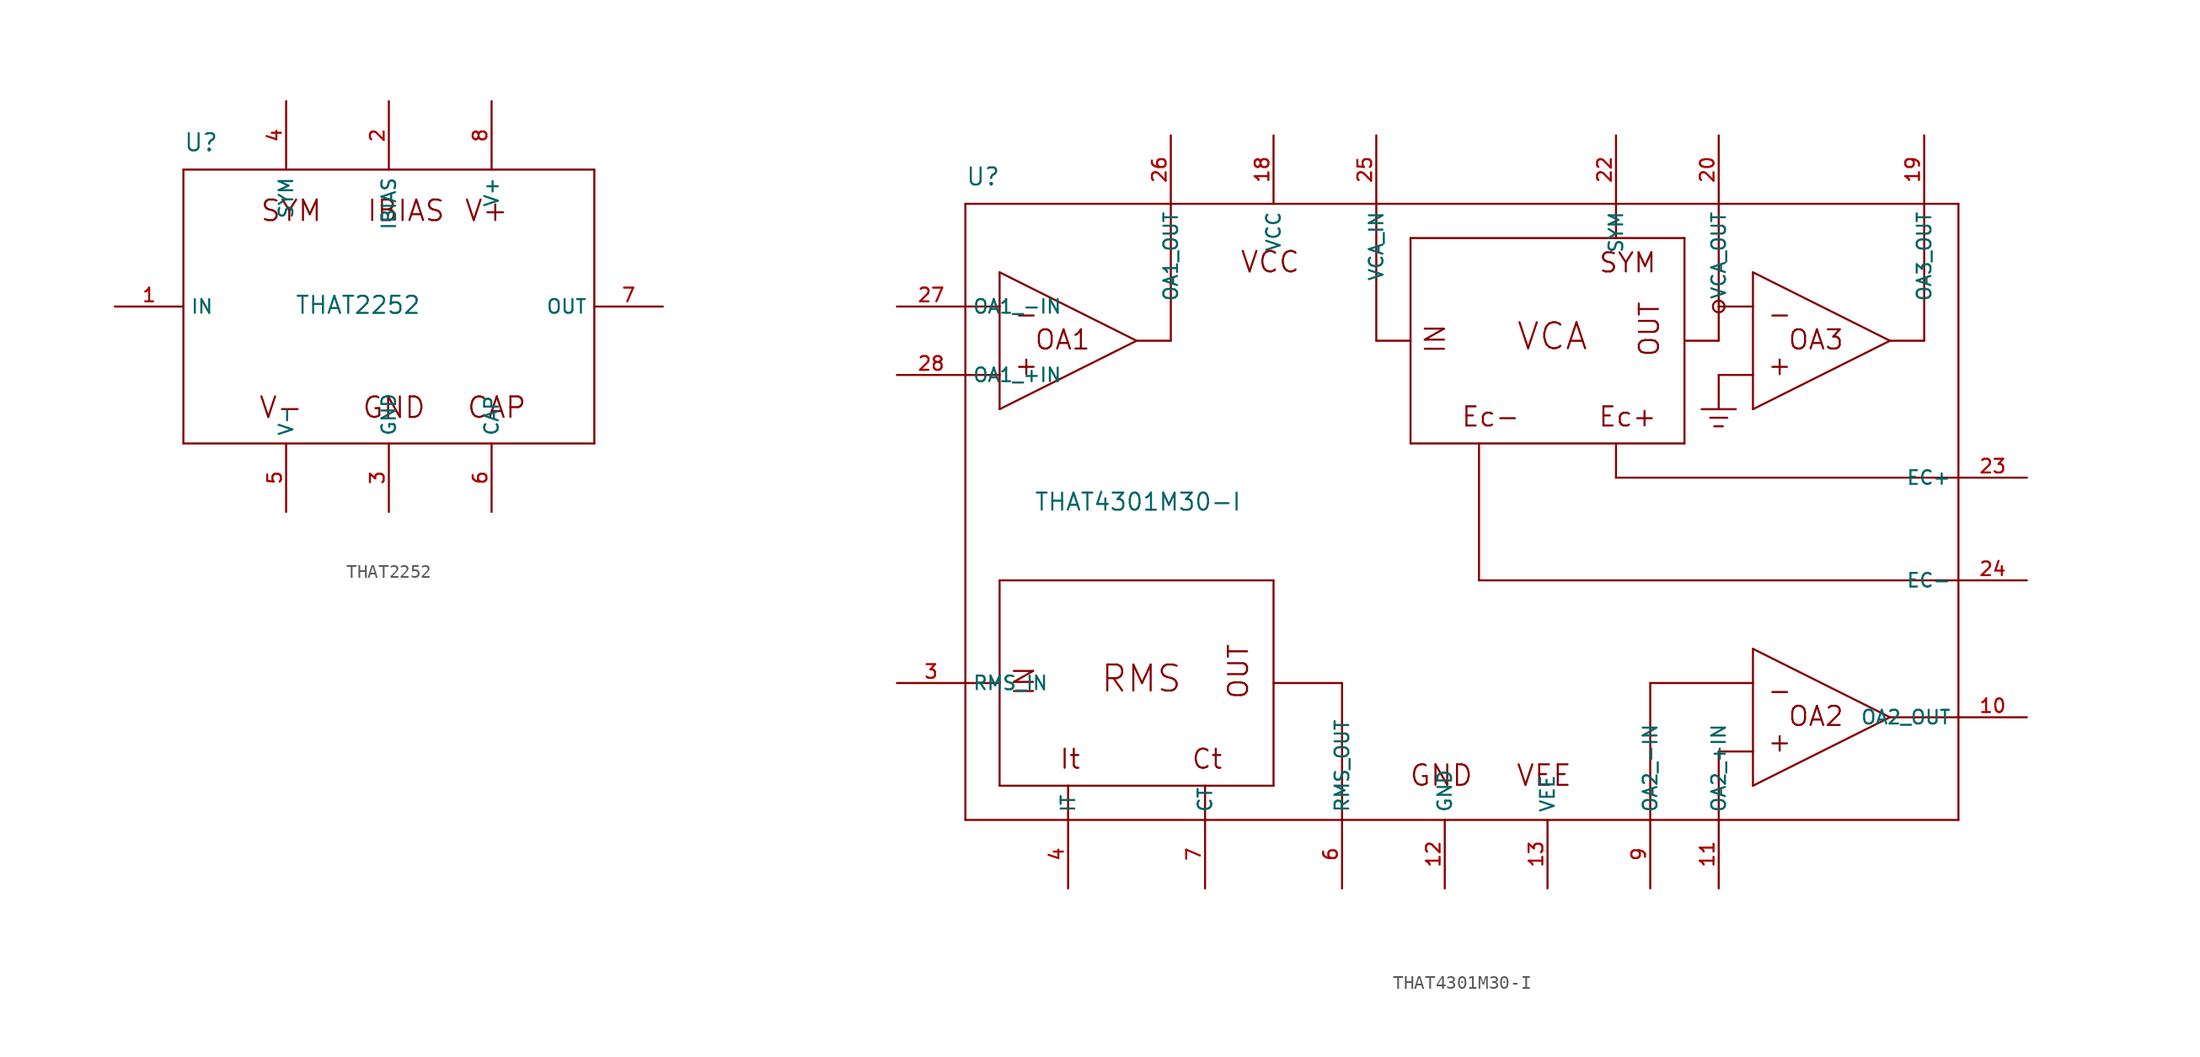
<source format=kicad_sym>
(kicad_symbol_lib
  (version 20200126)
  (host kicad_symbol_editor "5.99.0-unknown-1463dd1~101~ubuntu18.04.1")
  (symbol "that-corp-edit:THAT2252"
    (property "Reference" "U"
      (at -15.24 11.43 0)
      (effects (font (size 1.27 1.27)) (justify left bottom)))
    (property "Value" "THAT2252"
      (at -6.985 -0.635 0)
      (effects (font (size 1.27 1.27)) (justify left bottom)))
    (property "ki_locked" ""
      (at 0 0 0)
      (effects (font (size 1.27 1.27))))
    (symbol "THAT2252_1_0"
      (text "SYM" (at -7.239 7.112 0) (effects (font (size 1.524 1.524))))
      (text "IBIAS" (at 1.27 7.112 0) (effects (font (size 1.524 1.524))))
      (text "V+" (at 7.239 7.112 0) (effects (font (size 1.524 1.524))))
      (text "V-" (at -8.001 -7.493 0) (effects (font (size 1.524 1.524))))
      (text "GND" (at 0.381 -7.493 0) (effects (font (size 1.524 1.524))))
      (text "CAP" (at 8.001 -7.493 0) (effects (font (size 1.524 1.524))))
      (polyline (pts (xy -15.24 10.16) (xy 15.24 10.16)) (stroke (width 0)) (fill (type none)))
      (polyline (pts (xy 15.24 10.16) (xy 15.24 -10.16)) (stroke (width 0)) (fill (type none)))
      (polyline (pts (xy 15.24 -10.16) (xy -15.24 -10.16)) (stroke (width 0)) (fill (type none)))
      (polyline (pts (xy -15.24 -10.16) (xy -15.24 10.16)) (stroke (width 0)) (fill (type none))))
    (symbol "THAT2252_1_1"
      (pin passive line (at 7.62 -15.24 90) (length 5.08) (name "CAP" (effects (font (size 1.016 1.016)))) (number "6" (effects (font (size 1.016 1.016)))))
      (pin power_in line (at 0 -15.24 90) (length 5.08) (name "GND" (effects (font (size 1.016 1.016)))) (number "3" (effects (font (size 1.016 1.016)))))
      (pin output line (at 0 15.24 270) (length 5.08) (name "IBIAS" (effects (font (size 1.016 1.016)))) (number "2" (effects (font (size 1.016 1.016)))))
      (pin input line (at -20.32 0 0) (length 5.08) (name "IN" (effects (font (size 1.016 1.016)))) (number "1" (effects (font (size 1.016 1.016)))))
      (pin output line (at 20.32 0 180) (length 5.08) (name "OUT" (effects (font (size 1.016 1.016)))) (number "7" (effects (font (size 1.016 1.016)))))
      (pin passive line (at -7.62 15.24 270) (length 5.08) (name "SYM" (effects (font (size 1.016 1.016)))) (number "4" (effects (font (size 1.016 1.016)))))
      (pin power_in line (at 7.62 15.24 270) (length 5.08) (name "V+" (effects (font (size 1.016 1.016)))) (number "8" (effects (font (size 1.016 1.016)))))
      (pin power_in line (at -7.62 -15.24 90) (length 5.08) (name "V-" (effects (font (size 1.016 1.016)))) (number "5" (effects (font (size 1.016 1.016)))))))
  (symbol "that-corp-edit:THAT4301M30-I"
    (property "Reference" "U"
      (at -35.56 24.13 0)
      (effects (font (size 1.27 1.27)) (justify left bottom)))
    (property "Value" "THAT4301M30-I"
      (at -30.48 0 0)
      (effects (font (size 1.27 1.27)) (justify left bottom)))
    (property "ki_locked" ""
      (at 0 0 0)
      (effects (font (size 1.27 1.27))))
    (symbol "THAT4301M30-I_1_1"
      (circle (center 20.32 15.24) (radius 0.432) (stroke (width 0)) (fill (type none)))
      (pin passive line (at -17.78 -27.94 90) (length 5.08) (name "CT" (effects (font (size 1.016 1.016)))) (number "7" (effects (font (size 1.016 1.016)))))
      (pin passive line (at 43.18 2.54 180) (length 5.08) (name "EC+" (effects (font (size 1.016 1.016)))) (number "23" (effects (font (size 1.016 1.016)))))
      (pin passive line (at 43.18 -5.08 180) (length 5.08) (name "EC-" (effects (font (size 1.016 1.016)))) (number "24" (effects (font (size 1.016 1.016)))))
      (pin power_in line (at 0 -27.94 90) (length 5.08) (name "GND" (effects (font (size 1.016 1.016)))) (number "12" (effects (font (size 1.016 1.016)))))
      (pin passive line (at -27.94 -27.94 90) (length 5.08) (name "IT" (effects (font (size 1.016 1.016)))) (number "4" (effects (font (size 1.016 1.016)))))
      (pin input line (at -40.64 10.16 0) (length 5.08) (name "OA1_+IN" (effects (font (size 1.016 1.016)))) (number "28" (effects (font (size 1.016 1.016)))))
      (pin input line (at -40.64 15.24 0) (length 5.08) (name "OA1_-IN" (effects (font (size 1.016 1.016)))) (number "27" (effects (font (size 1.016 1.016)))))
      (pin output line (at -20.32 27.94 270) (length 5.08) (name "OA1_OUT" (effects (font (size 1.016 1.016)))) (number "26" (effects (font (size 1.016 1.016)))))
      (pin bidirectional line (at 20.32 -27.94 90) (length 5.08) (name "OA2_+IN" (effects (font (size 1.016 1.016)))) (number "11" (effects (font (size 1.016 1.016)))))
      (pin bidirectional line (at 15.24 -27.94 90) (length 5.08) (name "OA2_-IN" (effects (font (size 1.016 1.016)))) (number "9" (effects (font (size 1.016 1.016)))))
      (pin output line (at 43.18 -15.24 180) (length 5.08) (name "OA2_OUT" (effects (font (size 1.016 1.016)))) (number "10" (effects (font (size 1.016 1.016)))))
      (pin output line (at 35.56 27.94 270) (length 5.08) (name "OA3_OUT" (effects (font (size 1.016 1.016)))) (number "19" (effects (font (size 1.016 1.016)))))
      (pin input line (at -40.64 -12.7 0) (length 5.08) (name "RMS_IN" (effects (font (size 1.016 1.016)))) (number "3" (effects (font (size 1.016 1.016)))))
      (pin output line (at -7.62 -27.94 90) (length 5.08) (name "RMS_OUT" (effects (font (size 1.016 1.016)))) (number "6" (effects (font (size 1.016 1.016)))))
      (pin passive line (at 12.7 27.94 270) (length 5.08) (name "SYM" (effects (font (size 1.016 1.016)))) (number "22" (effects (font (size 1.016 1.016)))))
      (pin input line (at -5.08 27.94 270) (length 5.08) (name "VCA_IN" (effects (font (size 1.016 1.016)))) (number "25" (effects (font (size 1.016 1.016)))))
      (pin passive line (at 20.32 27.94 270) (length 5.08) (name "VCA_OUT" (effects (font (size 1.016 1.016)))) (number "20" (effects (font (size 1.016 1.016)))))
      (pin power_in line (at -12.7 27.94 270) (length 5.08) (name "VCC" (effects (font (size 1.016 1.016)))) (number "18" (effects (font (size 1.016 1.016)))))
      (pin power_in line (at 7.62 -27.94 90) (length 5.08) (name "VEE" (effects (font (size 1.016 1.016)))) (number "13" (effects (font (size 1.016 1.016))))))
    (symbol "THAT4301M30-I_1_0"
      (text "RMS" (at -22.504 -12.37 0) (effects (font (size 1.93 1.93))))
      (text "IN" (at -31.191 -12.548 1) (effects (font (size 1.422 1.422))))
      (text "OUT" (at -15.316 -11.836 1) (effects (font (size 1.422 1.422))))
      (text "It" (at -27.788 -18.339 0) (effects (font (size 1.422 1.422))))
      (text "Ct" (at -17.628 -18.339 0) (effects (font (size 1.422 1.422))))
      (text "-" (at -31.039 14.681 0) (effects (font (size 1.422 1.422))))
      (text "+" (at -31.039 10.871 0) (effects (font (size 1.422 1.422))))
      (text "OA1" (at -28.346 12.776 0) (effects (font (size 1.422 1.422))))
      (text "VCA" (at 7.976 13.03 0) (effects (font (size 1.93 1.93))))
      (text "IN" (at -0.711 12.852 1) (effects (font (size 1.422 1.422))))
      (text "OUT" (at 15.164 13.564 1) (effects (font (size 1.422 1.422))))
      (text "Ec-" (at 3.404 7.061 0) (effects (font (size 1.422 1.422))))
      (text "Ec+" (at 13.564 7.061 0) (effects (font (size 1.422 1.422))))
      (text "-" (at 24.841 14.681 0) (effects (font (size 1.422 1.422))))
      (text "+" (at 24.841 10.871 0) (effects (font (size 1.422 1.422))))
      (text "OA3" (at 27.534 12.776 0) (effects (font (size 1.422 1.422))))
      (text "-" (at 24.841 -13.259 0) (effects (font (size 1.422 1.422))))
      (text "+" (at 24.841 -17.069 0) (effects (font (size 1.422 1.422))))
      (text "OA2" (at 27.534 -15.164 0) (effects (font (size 1.422 1.422))))
      (text "SYM" (at 13.564 18.491 0) (effects (font (size 1.422 1.422))))
      (text "GND" (at -0.254 -19.558 0) (effects (font (size 1.524 1.524))))
      (text "VEE" (at 7.366 -19.558 0) (effects (font (size 1.524 1.524))))
      (text "VCC" (at -12.954 18.542 0) (effects (font (size 1.524 1.524))))
      (polyline (pts (xy -33.02 -5.08) (xy -12.7 -5.08)) (stroke (width 0)) (fill (type none)))
      (polyline (pts (xy -12.7 -5.08) (xy -12.7 -12.7)) (stroke (width 0)) (fill (type none)))
      (polyline (pts (xy -12.7 -12.7) (xy -12.7 -20.32)) (stroke (width 0)) (fill (type none)))
      (polyline (pts (xy -12.7 -20.32) (xy -17.78 -20.32)) (stroke (width 0)) (fill (type none)))
      (polyline (pts (xy -17.78 -20.32) (xy -27.94 -20.32)) (stroke (width 0)) (fill (type none)))
      (polyline (pts (xy -27.94 -20.32) (xy -33.02 -20.32)) (stroke (width 0)) (fill (type none)))
      (polyline (pts (xy -33.02 -20.32) (xy -33.02 -12.7)) (stroke (width 0)) (fill (type none)))
      (polyline (pts (xy -33.02 -12.7) (xy -33.02 -5.08)) (stroke (width 0)) (fill (type none)))
      (polyline (pts (xy -33.02 17.78) (xy -33.02 15.24)) (stroke (width 0)) (fill (type none)))
      (polyline (pts (xy -33.02 15.24) (xy -33.02 10.16)) (stroke (width 0)) (fill (type none)))
      (polyline (pts (xy -33.02 10.16) (xy -33.02 7.62)) (stroke (width 0)) (fill (type none)))
      (polyline (pts (xy -33.02 7.62) (xy -22.86 12.7)) (stroke (width 0)) (fill (type none)))
      (polyline (pts (xy -22.86 12.7) (xy -33.02 17.78)) (stroke (width 0)) (fill (type none)))
      (polyline (pts (xy -2.54 20.32) (xy 12.7 20.32)) (stroke (width 0)) (fill (type none)))
      (polyline (pts (xy 12.7 20.32) (xy 17.78 20.32)) (stroke (width 0)) (fill (type none)))
      (polyline (pts (xy 17.78 20.32) (xy 17.78 12.7)) (stroke (width 0)) (fill (type none)))
      (polyline (pts (xy 17.78 12.7) (xy 17.78 5.08)) (stroke (width 0)) (fill (type none)))
      (polyline (pts (xy 17.78 5.08) (xy 12.7 5.08)) (stroke (width 0)) (fill (type none)))
      (polyline (pts (xy 12.7 5.08) (xy 2.54 5.08)) (stroke (width 0)) (fill (type none)))
      (polyline (pts (xy 2.54 5.08) (xy -2.54 5.08)) (stroke (width 0)) (fill (type none)))
      (polyline (pts (xy -2.54 5.08) (xy -2.54 12.7)) (stroke (width 0)) (fill (type none)))
      (polyline (pts (xy -2.54 12.7) (xy -2.54 20.32)) (stroke (width 0)) (fill (type none)))
      (polyline (pts (xy 22.86 17.78) (xy 22.86 15.24)) (stroke (width 0)) (fill (type none)))
      (polyline (pts (xy 22.86 15.24) (xy 22.86 10.16)) (stroke (width 0)) (fill (type none)))
      (polyline (pts (xy 22.86 10.16) (xy 22.86 7.62)) (stroke (width 0)) (fill (type none)))
      (polyline (pts (xy 22.86 7.62) (xy 33.02 12.7)) (stroke (width 0)) (fill (type none)))
      (polyline (pts (xy 33.02 12.7) (xy 22.86 17.78)) (stroke (width 0)) (fill (type none)))
      (polyline (pts (xy 22.86 -10.16) (xy 22.86 -12.7)) (stroke (width 0)) (fill (type none)))
      (polyline (pts (xy 22.86 -12.7) (xy 22.86 -17.78)) (stroke (width 0)) (fill (type none)))
      (polyline (pts (xy 22.86 -17.78) (xy 22.86 -20.32)) (stroke (width 0)) (fill (type none)))
      (polyline (pts (xy 22.86 -20.32) (xy 33.02 -15.24)) (stroke (width 0)) (fill (type none)))
      (polyline (pts (xy 33.02 -15.24) (xy 22.86 -10.16)) (stroke (width 0)) (fill (type none)))
      (polyline (pts (xy -35.56 22.86) (xy -20.32 22.86)) (stroke (width 0)) (fill (type none)))
      (polyline (pts (xy -20.32 22.86) (xy -5.08 22.86)) (stroke (width 0)) (fill (type none)))
      (polyline (pts (xy -5.08 22.86) (xy 12.7 22.86)) (stroke (width 0)) (fill (type none)))
      (polyline (pts (xy 12.7 22.86) (xy 20.32 22.86)) (stroke (width 0)) (fill (type none)))
      (polyline (pts (xy 20.32 22.86) (xy 35.56 22.86)) (stroke (width 0)) (fill (type none)))
      (polyline (pts (xy 35.56 22.86) (xy 38.1 22.86)) (stroke (width 0)) (fill (type none)))
      (polyline (pts (xy 38.1 22.86) (xy 38.1 2.54)) (stroke (width 0)) (fill (type none)))
      (polyline (pts (xy 38.1 2.54) (xy 38.1 -5.08)) (stroke (width 0)) (fill (type none)))
      (polyline (pts (xy 38.1 -5.08) (xy 38.1 -15.24)) (stroke (width 0)) (fill (type none)))
      (polyline (pts (xy 38.1 -15.24) (xy 38.1 -22.86)) (stroke (width 0)) (fill (type none)))
      (polyline (pts (xy 38.1 -22.86) (xy 20.32 -22.86)) (stroke (width 0)) (fill (type none)))
      (polyline (pts (xy 20.32 -22.86) (xy 15.24 -22.86)) (stroke (width 0)) (fill (type none)))
      (polyline (pts (xy 15.24 -22.86) (xy -7.62 -22.86)) (stroke (width 0)) (fill (type none)))
      (polyline (pts (xy -7.62 -22.86) (xy -17.78 -22.86)) (stroke (width 0)) (fill (type none)))
      (polyline (pts (xy -17.78 -22.86) (xy -27.94 -22.86)) (stroke (width 0)) (fill (type none)))
      (polyline (pts (xy -27.94 -22.86) (xy -35.56 -22.86)) (stroke (width 0)) (fill (type none)))
      (polyline (pts (xy -35.56 -22.86) (xy -35.56 -12.7)) (stroke (width 0)) (fill (type none)))
      (polyline (pts (xy -35.56 -12.7) (xy -35.56 10.16)) (stroke (width 0)) (fill (type none)))
      (polyline (pts (xy -35.56 10.16) (xy -35.56 15.24)) (stroke (width 0)) (fill (type none)))
      (polyline (pts (xy -35.56 15.24) (xy -35.56 22.86)) (stroke (width 0)) (fill (type none)))
      (polyline (pts (xy -33.02 15.24) (xy -35.56 15.24)) (stroke (width 0)) (fill (type none)))
      (polyline (pts (xy -33.02 10.16) (xy -35.56 10.16)) (stroke (width 0)) (fill (type none)))
      (polyline (pts (xy -22.86 12.7) (xy -20.32 12.7)) (stroke (width 0)) (fill (type none)))
      (polyline (pts (xy -20.32 12.7) (xy -20.32 22.86)) (stroke (width 0)) (fill (type none)))
      (polyline (pts (xy -33.02 -12.7) (xy -35.56 -12.7)) (stroke (width 0)) (fill (type none)))
      (polyline (pts (xy -27.94 -20.32) (xy -27.94 -22.86)) (stroke (width 0)) (fill (type none)))
      (polyline (pts (xy -17.78 -20.32) (xy -17.78 -22.86)) (stroke (width 0)) (fill (type none)))
      (polyline (pts (xy -12.7 -12.7) (xy -7.62 -12.7)) (stroke (width 0)) (fill (type none)))
      (polyline (pts (xy -7.62 -12.7) (xy -7.62 -22.86)) (stroke (width 0)) (fill (type none)))
      (polyline (pts (xy -2.54 12.7) (xy -5.08 12.7)) (stroke (width 0)) (fill (type none)))
      (polyline (pts (xy -5.08 12.7) (xy -5.08 22.86)) (stroke (width 0)) (fill (type none)))
      (polyline (pts (xy 12.7 20.32) (xy 12.7 22.86)) (stroke (width 0)) (fill (type none)))
      (polyline (pts (xy 17.78 12.7) (xy 20.32 12.7)) (stroke (width 0)) (fill (type none)))
      (polyline (pts (xy 20.32 12.7) (xy 20.32 15.24)) (stroke (width 0)) (fill (type none)))
      (polyline (pts (xy 20.32 15.24) (xy 20.32 22.86)) (stroke (width 0)) (fill (type none)))
      (polyline (pts (xy 12.7 5.08) (xy 12.7 2.54)) (stroke (width 0)) (fill (type none)))
      (polyline (pts (xy 12.7 2.54) (xy 38.1 2.54)) (stroke (width 0)) (fill (type none)))
      (polyline (pts (xy 2.54 5.08) (xy 2.54 -5.08)) (stroke (width 0)) (fill (type none)))
      (polyline (pts (xy 2.54 -5.08) (xy 38.1 -5.08)) (stroke (width 0)) (fill (type none)))
      (polyline (pts (xy 33.02 -15.24) (xy 38.1 -15.24)) (stroke (width 0)) (fill (type none)))
      (polyline (pts (xy 22.86 -17.78) (xy 20.32 -17.78)) (stroke (width 0)) (fill (type none)))
      (polyline (pts (xy 20.32 -17.78) (xy 20.32 -22.86)) (stroke (width 0)) (fill (type none)))
      (polyline (pts (xy 22.86 -12.7) (xy 15.24 -12.7)) (stroke (width 0)) (fill (type none)))
      (polyline (pts (xy 15.24 -12.7) (xy 15.24 -22.86)) (stroke (width 0)) (fill (type none)))
      (polyline (pts (xy 33.02 12.7) (xy 35.56 12.7)) (stroke (width 0)) (fill (type none)))
      (polyline (pts (xy 35.56 12.7) (xy 35.56 22.86)) (stroke (width 0)) (fill (type none)))
      (polyline (pts (xy 22.86 15.24) (xy 20.32 15.24)) (stroke (width 0)) (fill (type none)))
      (polyline (pts (xy 22.86 10.16) (xy 20.32 10.16)) (stroke (width 0)) (fill (type none)))
      (polyline (pts (xy 20.32 10.16) (xy 20.32 7.62)) (stroke (width 0)) (fill (type none)))
      (polyline (pts (xy 19.05 7.62) (xy 20.32 7.62)) (stroke (width 0)) (fill (type none)))
      (polyline (pts (xy 20.32 7.62) (xy 21.59 7.62)) (stroke (width 0)) (fill (type none)))
      (polyline (pts (xy 19.685 6.985) (xy 20.955 6.985)) (stroke (width 0)) (fill (type none)))
      (polyline (pts (xy 19.99 6.35) (xy 20.625 6.35)) (stroke (width 0)) (fill (type none))))))
</source>
